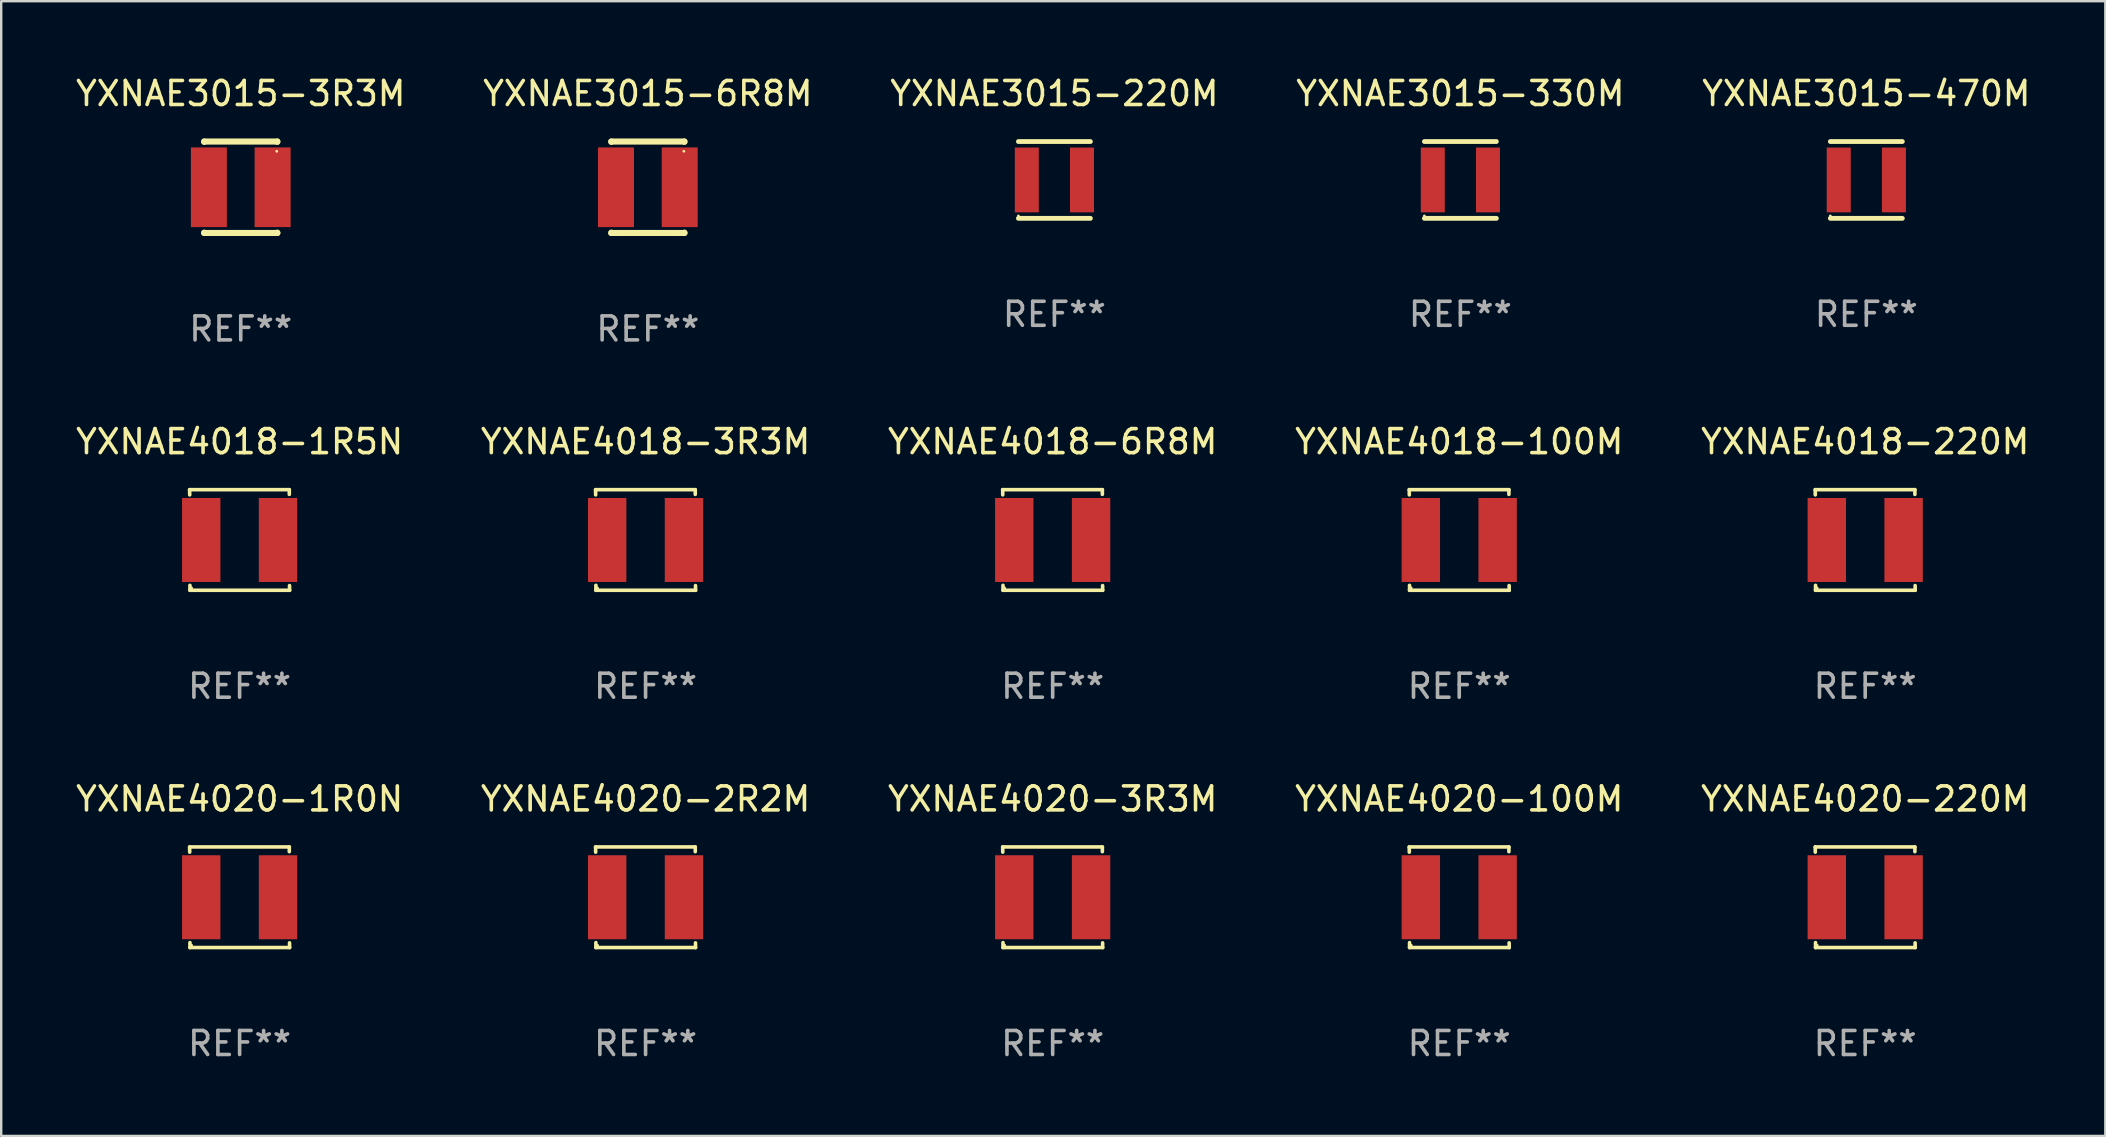
<source format=kicad_pcb>
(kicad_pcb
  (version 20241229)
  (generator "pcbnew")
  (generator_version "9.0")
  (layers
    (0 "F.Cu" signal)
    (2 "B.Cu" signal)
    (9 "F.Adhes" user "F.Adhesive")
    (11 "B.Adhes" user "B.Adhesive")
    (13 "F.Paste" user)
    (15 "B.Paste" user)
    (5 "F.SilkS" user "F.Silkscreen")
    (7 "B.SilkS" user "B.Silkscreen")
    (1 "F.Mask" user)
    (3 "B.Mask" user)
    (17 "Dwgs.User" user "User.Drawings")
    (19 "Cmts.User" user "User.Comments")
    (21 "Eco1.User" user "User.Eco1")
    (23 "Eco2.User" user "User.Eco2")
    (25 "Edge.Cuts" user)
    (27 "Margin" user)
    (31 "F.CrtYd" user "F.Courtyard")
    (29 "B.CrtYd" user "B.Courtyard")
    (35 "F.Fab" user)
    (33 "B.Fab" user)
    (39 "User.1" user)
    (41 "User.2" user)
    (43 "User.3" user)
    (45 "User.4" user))
  (footprint "YXNAE4020-1R0N"
    (layer "F.Cu")
    (at 6.935 34.339)
    (property "Reference" "YXNAE4020-1R0N" (at 0 -4.096 0) (layer "F.SilkS") (effects (font (size 1 1) (thickness 0.15))))
    (attr through_hole)
    (fp_line (start -2.083 -2.096) (end -2.08 -1.88) (stroke (width 0.15) (type solid)) (layer "F.SilkS"))
    (fp_line (start -2.07 1.89) (end -2.07 2.096) (stroke (width 0.15) (type solid)) (layer "F.SilkS"))
    (fp_line (start -2.07 2.096) (end 2.083 2.096) (stroke (width 0.15) (type solid)) (layer "F.SilkS"))
    (fp_line (start 2.07 -1.9) (end 2.07 -2.096) (stroke (width 0.15) (type solid)) (layer "F.SilkS"))
    (fp_line (start 2.07 -2.096) (end -2.083 -2.096) (stroke (width 0.15) (type solid)) (layer "F.SilkS"))
    (fp_line (start 2.083 2.096) (end 2.08 1.9) (stroke (width 0.15) (type solid)) (layer "F.SilkS"))
    (fp_circle (center -2 2) (end -1.97 2) (stroke (width 0.06) (type solid)) (fill no) (layer "F.SilkS"))
    (fp_text user "REF**" (at 0 6.096 0) (layer "F.Fab") (effects (font (size 1 1) (thickness 0.15))))
    (pad "1" smd rect (at -1.6 -0.000343) (size 1.6 3.5) (layers "F.Cu" "F.Mask" "F.Paste"))
    (pad "2" smd rect (at 1.6 -0.000343) (size 1.6 3.5) (layers "F.Cu" "F.Mask" "F.Paste")))
  (footprint "YXNAE4020-2R2M"
    (layer "F.Cu")
    (at 23.851 34.339)
    (property "Reference" "YXNAE4020-2R2M" (at 0 -4.096 0) (layer "F.SilkS") (effects (font (size 1 1) (thickness 0.15))))
    (attr through_hole)
    (fp_line (start -2.083 -2.096) (end -2.08 -1.88) (stroke (width 0.15) (type solid)) (layer "F.SilkS"))
    (fp_line (start -2.07 1.89) (end -2.07 2.096) (stroke (width 0.15) (type solid)) (layer "F.SilkS"))
    (fp_line (start -2.07 2.096) (end 2.083 2.096) (stroke (width 0.15) (type solid)) (layer "F.SilkS"))
    (fp_line (start 2.07 -1.9) (end 2.07 -2.096) (stroke (width 0.15) (type solid)) (layer "F.SilkS"))
    (fp_line (start 2.07 -2.096) (end -2.083 -2.096) (stroke (width 0.15) (type solid)) (layer "F.SilkS"))
    (fp_line (start 2.083 2.096) (end 2.08 1.9) (stroke (width 0.15) (type solid)) (layer "F.SilkS"))
    (fp_circle (center -2 2) (end -1.97 2) (stroke (width 0.06) (type solid)) (fill no) (layer "F.SilkS"))
    (fp_text user "REF**" (at 0 6.096 0) (layer "F.Fab") (effects (font (size 1 1) (thickness 0.15))))
    (pad "1" smd rect (at -1.6 -0.000343) (size 1.6 3.5) (layers "F.Cu" "F.Mask" "F.Paste"))
    (pad "2" smd rect (at 1.6 -0.000343) (size 1.6 3.5) (layers "F.Cu" "F.Mask" "F.Paste")))
  (footprint "YXNAE3015-3R3M"
    (layer "F.Cu")
    (at 6.982 4.753)
    (property "Reference" "YXNAE3015-3R3M" (at 0 -3.905 0) (layer "F.SilkS") (effects (font (size 1 1) (thickness 0.15))))
    (attr through_hole)
    (fp_line (start -1.524 -1.905) (end 1.524 -1.905) (stroke (width 0.254) (type solid)) (layer "F.SilkS"))
    (fp_line (start -1.524 -1.891) (end -1.524 -1.905) (stroke (width 0.254) (type solid)) (layer "F.SilkS"))
    (fp_line (start -1.524 1.905) (end -1.524 1.891) (stroke (width 0.254) (type solid)) (layer "F.SilkS"))
    (fp_line (start -1.524 1.905) (end 1.524 1.905) (stroke (width 0.254) (type solid)) (layer "F.SilkS"))
    (fp_line (start 1.524 -1.905) (end 1.524 -1.891) (stroke (width 0.254) (type solid)) (layer "F.SilkS"))
    (fp_line (start 1.524 1.891) (end 1.524 1.905) (stroke (width 0.254) (type solid)) (layer "F.SilkS"))
    (fp_circle (center 1.5 -1.5) (end 1.53 -1.5) (stroke (width 0.06) (type solid)) (fill no) (layer "F.SilkS"))
    (fp_text user "REF**" (at 0 5.905 0) (layer "F.Fab") (effects (font (size 1 1) (thickness 0.15))))
    (pad "1" smd rect (at 1.328 0) (size 1.5 3.32) (layers "F.Cu" "F.Mask" "F.Paste"))
    (pad "2" smd rect (at -1.328 0) (size 1.5 3.32) (layers "F.Cu" "F.Mask" "F.Paste")))
  (footprint "YXNAE4020-220M"
    (layer "F.Cu")
    (at 74.673 34.339)
    (property "Reference" "YXNAE4020-220M" (at 0 -4.096 0) (layer "F.SilkS") (effects (font (size 1 1) (thickness 0.15))))
    (attr through_hole)
    (fp_line (start -2.083 -2.096) (end -2.08 -1.88) (stroke (width 0.15) (type solid)) (layer "F.SilkS"))
    (fp_line (start -2.07 1.89) (end -2.07 2.096) (stroke (width 0.15) (type solid)) (layer "F.SilkS"))
    (fp_line (start -2.07 2.096) (end 2.083 2.096) (stroke (width 0.15) (type solid)) (layer "F.SilkS"))
    (fp_line (start 2.07 -1.9) (end 2.07 -2.096) (stroke (width 0.15) (type solid)) (layer "F.SilkS"))
    (fp_line (start 2.07 -2.096) (end -2.083 -2.096) (stroke (width 0.15) (type solid)) (layer "F.SilkS"))
    (fp_line (start 2.083 2.096) (end 2.08 1.9) (stroke (width 0.15) (type solid)) (layer "F.SilkS"))
    (fp_circle (center -2 2) (end -1.97 2) (stroke (width 0.06) (type solid)) (fill no) (layer "F.SilkS"))
    (fp_text user "REF**" (at 0 6.096 0) (layer "F.Fab") (effects (font (size 1 1) (thickness 0.15))))
    (pad "1" smd rect (at -1.6 -0.000343) (size 1.6 3.5) (layers "F.Cu" "F.Mask" "F.Paste"))
    (pad "2" smd rect (at 1.6 -0.000343) (size 1.6 3.5) (layers "F.Cu" "F.Mask" "F.Paste")))
  (footprint "YXNAE3015-220M"
    (layer "F.Cu")
    (at 40.887 4.448)
    (property "Reference" "YXNAE3015-220M" (at 0 -3.6 0) (layer "F.SilkS") (effects (font (size 1 1) (thickness 0.15))))
    (attr through_hole)
    (fp_line (start -1.5 -1.6) (end 1.5 -1.6) (stroke (width 0.2) (type solid)) (layer "F.SilkS"))
    (fp_line (start -1.5 1.6) (end 1.5 1.6) (stroke (width 0.2) (type solid)) (layer "F.SilkS"))
    (fp_circle (center -1.5 1.5) (end -1.47 1.5) (stroke (width 0.06) (type solid)) (fill no) (layer "F.SilkS"))
    (fp_text user "REF**" (at 0 5.6 0) (layer "F.Fab") (effects (font (size 1 1) (thickness 0.15))))
    (pad "1" smd rect (at -1.15 0) (size 1 2.7) (layers "F.Cu" "F.Mask" "F.Paste"))
    (pad "2" smd rect (at 1.15 0) (size 1 2.7) (layers "F.Cu" "F.Mask" "F.Paste")))
  (footprint "YXNAE4018-6R8M"
    (layer "F.Cu")
    (at 40.815 19.451)
    (property "Reference" "YXNAE4018-6R8M" (at 0 -4.096 0) (layer "F.SilkS") (effects (font (size 1 1) (thickness 0.15))))
    (attr through_hole)
    (fp_line (start -2.083 -2.096) (end -2.08 -1.88) (stroke (width 0.15) (type solid)) (layer "F.SilkS"))
    (fp_line (start -2.07 1.89) (end -2.07 2.096) (stroke (width 0.15) (type solid)) (layer "F.SilkS"))
    (fp_line (start -2.07 2.096) (end 2.083 2.096) (stroke (width 0.15) (type solid)) (layer "F.SilkS"))
    (fp_line (start 2.07 -1.9) (end 2.07 -2.096) (stroke (width 0.15) (type solid)) (layer "F.SilkS"))
    (fp_line (start 2.07 -2.096) (end -2.083 -2.096) (stroke (width 0.15) (type solid)) (layer "F.SilkS"))
    (fp_line (start 2.083 2.096) (end 2.08 1.9) (stroke (width 0.15) (type solid)) (layer "F.SilkS"))
    (fp_circle (center -2 2) (end -1.97 2) (stroke (width 0.06) (type solid)) (fill no) (layer "F.SilkS"))
    (fp_text user "REF**" (at 0 6.096 0) (layer "F.Fab") (effects (font (size 1 1) (thickness 0.15))))
    (pad "1" smd rect (at -1.6 -0.000343) (size 1.6 3.5) (layers "F.Cu" "F.Mask" "F.Paste"))
    (pad "2" smd rect (at 1.6 -0.000343) (size 1.6 3.5) (layers "F.Cu" "F.Mask" "F.Paste")))
  (footprint "YXNAE4018-100M"
    (layer "F.Cu")
    (at 57.756 19.451)
    (property "Reference" "YXNAE4018-100M" (at 0 -4.096 0) (layer "F.SilkS") (effects (font (size 1 1) (thickness 0.15))))
    (attr through_hole)
    (fp_line (start -2.083 -2.096) (end -2.08 -1.88) (stroke (width 0.15) (type solid)) (layer "F.SilkS"))
    (fp_line (start -2.07 1.89) (end -2.07 2.096) (stroke (width 0.15) (type solid)) (layer "F.SilkS"))
    (fp_line (start -2.07 2.096) (end 2.083 2.096) (stroke (width 0.15) (type solid)) (layer "F.SilkS"))
    (fp_line (start 2.07 -1.9) (end 2.07 -2.096) (stroke (width 0.15) (type solid)) (layer "F.SilkS"))
    (fp_line (start 2.07 -2.096) (end -2.083 -2.096) (stroke (width 0.15) (type solid)) (layer "F.SilkS"))
    (fp_line (start 2.083 2.096) (end 2.08 1.9) (stroke (width 0.15) (type solid)) (layer "F.SilkS"))
    (fp_circle (center -2 2) (end -1.97 2) (stroke (width 0.06) (type solid)) (fill no) (layer "F.SilkS"))
    (fp_text user "REF**" (at 0 6.096 0) (layer "F.Fab") (effects (font (size 1 1) (thickness 0.15))))
    (pad "1" smd rect (at -1.6 -0.000343) (size 1.6 3.5) (layers "F.Cu" "F.Mask" "F.Paste"))
    (pad "2" smd rect (at 1.6 -0.000343) (size 1.6 3.5) (layers "F.Cu" "F.Mask" "F.Paste")))
  (footprint "YXNAE3015-330M"
    (layer "F.Cu")
    (at 57.804 4.448)
    (property "Reference" "YXNAE3015-330M" (at 0 -3.6 0) (layer "F.SilkS") (effects (font (size 1 1) (thickness 0.15))))
    (attr through_hole)
    (fp_line (start -1.5 -1.6) (end 1.5 -1.6) (stroke (width 0.2) (type solid)) (layer "F.SilkS"))
    (fp_line (start -1.5 1.6) (end 1.5 1.6) (stroke (width 0.2) (type solid)) (layer "F.SilkS"))
    (fp_circle (center -1.5 1.5) (end -1.47 1.5) (stroke (width 0.06) (type solid)) (fill no) (layer "F.SilkS"))
    (fp_text user "REF**" (at 0 5.6 0) (layer "F.Fab") (effects (font (size 1 1) (thickness 0.15))))
    (pad "1" smd rect (at -1.15 0) (size 1 2.7) (layers "F.Cu" "F.Mask" "F.Paste"))
    (pad "2" smd rect (at 1.15 0) (size 1 2.7) (layers "F.Cu" "F.Mask" "F.Paste")))
  (footprint "YXNAE4020-3R3M"
    (layer "F.Cu")
    (at 40.815 34.339)
    (property "Reference" "YXNAE4020-3R3M" (at 0 -4.096 0) (layer "F.SilkS") (effects (font (size 1 1) (thickness 0.15))))
    (attr through_hole)
    (fp_line (start -2.083 -2.096) (end -2.08 -1.88) (stroke (width 0.15) (type solid)) (layer "F.SilkS"))
    (fp_line (start -2.07 1.89) (end -2.07 2.096) (stroke (width 0.15) (type solid)) (layer "F.SilkS"))
    (fp_line (start -2.07 2.096) (end 2.083 2.096) (stroke (width 0.15) (type solid)) (layer "F.SilkS"))
    (fp_line (start 2.07 -1.9) (end 2.07 -2.096) (stroke (width 0.15) (type solid)) (layer "F.SilkS"))
    (fp_line (start 2.07 -2.096) (end -2.083 -2.096) (stroke (width 0.15) (type solid)) (layer "F.SilkS"))
    (fp_line (start 2.083 2.096) (end 2.08 1.9) (stroke (width 0.15) (type solid)) (layer "F.SilkS"))
    (fp_circle (center -2 2) (end -1.97 2) (stroke (width 0.06) (type solid)) (fill no) (layer "F.SilkS"))
    (fp_text user "REF**" (at 0 6.096 0) (layer "F.Fab") (effects (font (size 1 1) (thickness 0.15))))
    (pad "1" smd rect (at -1.6 -0.000343) (size 1.6 3.5) (layers "F.Cu" "F.Mask" "F.Paste"))
    (pad "2" smd rect (at 1.6 -0.000343) (size 1.6 3.5) (layers "F.Cu" "F.Mask" "F.Paste")))
  (footprint "YXNAE4018-1R5N"
    (layer "F.Cu")
    (at 6.935 19.451)
    (property "Reference" "YXNAE4018-1R5N" (at 0 -4.096 0) (layer "F.SilkS") (effects (font (size 1 1) (thickness 0.15))))
    (attr through_hole)
    (fp_line (start -2.083 -2.096) (end -2.08 -1.88) (stroke (width 0.15) (type solid)) (layer "F.SilkS"))
    (fp_line (start -2.07 1.89) (end -2.07 2.096) (stroke (width 0.15) (type solid)) (layer "F.SilkS"))
    (fp_line (start -2.07 2.096) (end 2.083 2.096) (stroke (width 0.15) (type solid)) (layer "F.SilkS"))
    (fp_line (start 2.07 -1.9) (end 2.07 -2.096) (stroke (width 0.15) (type solid)) (layer "F.SilkS"))
    (fp_line (start 2.07 -2.096) (end -2.083 -2.096) (stroke (width 0.15) (type solid)) (layer "F.SilkS"))
    (fp_line (start 2.083 2.096) (end 2.08 1.9) (stroke (width 0.15) (type solid)) (layer "F.SilkS"))
    (fp_circle (center -2 2) (end -1.97 2) (stroke (width 0.06) (type solid)) (fill no) (layer "F.SilkS"))
    (fp_text user "REF**" (at 0 6.096 0) (layer "F.Fab") (effects (font (size 1 1) (thickness 0.15))))
    (pad "1" smd rect (at -1.6 -0.000343) (size 1.6 3.5) (layers "F.Cu" "F.Mask" "F.Paste"))
    (pad "2" smd rect (at 1.6 -0.000343) (size 1.6 3.5) (layers "F.Cu" "F.Mask" "F.Paste")))
  (footprint "YXNAE4018-3R3M"
    (layer "F.Cu")
    (at 23.851 19.451)
    (property "Reference" "YXNAE4018-3R3M" (at 0 -4.096 0) (layer "F.SilkS") (effects (font (size 1 1) (thickness 0.15))))
    (attr through_hole)
    (fp_line (start -2.083 -2.096) (end -2.08 -1.88) (stroke (width 0.15) (type solid)) (layer "F.SilkS"))
    (fp_line (start -2.07 1.89) (end -2.07 2.096) (stroke (width 0.15) (type solid)) (layer "F.SilkS"))
    (fp_line (start -2.07 2.096) (end 2.083 2.096) (stroke (width 0.15) (type solid)) (layer "F.SilkS"))
    (fp_line (start 2.07 -1.9) (end 2.07 -2.096) (stroke (width 0.15) (type solid)) (layer "F.SilkS"))
    (fp_line (start 2.07 -2.096) (end -2.083 -2.096) (stroke (width 0.15) (type solid)) (layer "F.SilkS"))
    (fp_line (start 2.083 2.096) (end 2.08 1.9) (stroke (width 0.15) (type solid)) (layer "F.SilkS"))
    (fp_circle (center -2 2) (end -1.97 2) (stroke (width 0.06) (type solid)) (fill no) (layer "F.SilkS"))
    (fp_text user "REF**" (at 0 6.096 0) (layer "F.Fab") (effects (font (size 1 1) (thickness 0.15))))
    (pad "1" smd rect (at -1.6 -0.000343) (size 1.6 3.5) (layers "F.Cu" "F.Mask" "F.Paste"))
    (pad "2" smd rect (at 1.6 -0.000343) (size 1.6 3.5) (layers "F.Cu" "F.Mask" "F.Paste")))
  (footprint "YXNAE4020-100M"
    (layer "F.Cu")
    (at 57.756 34.339)
    (property "Reference" "YXNAE4020-100M" (at 0 -4.096 0) (layer "F.SilkS") (effects (font (size 1 1) (thickness 0.15))))
    (attr through_hole)
    (fp_line (start -2.083 -2.096) (end -2.08 -1.88) (stroke (width 0.15) (type solid)) (layer "F.SilkS"))
    (fp_line (start -2.07 1.89) (end -2.07 2.096) (stroke (width 0.15) (type solid)) (layer "F.SilkS"))
    (fp_line (start -2.07 2.096) (end 2.083 2.096) (stroke (width 0.15) (type solid)) (layer "F.SilkS"))
    (fp_line (start 2.07 -1.9) (end 2.07 -2.096) (stroke (width 0.15) (type solid)) (layer "F.SilkS"))
    (fp_line (start 2.07 -2.096) (end -2.083 -2.096) (stroke (width 0.15) (type solid)) (layer "F.SilkS"))
    (fp_line (start 2.083 2.096) (end 2.08 1.9) (stroke (width 0.15) (type solid)) (layer "F.SilkS"))
    (fp_circle (center -2 2) (end -1.97 2) (stroke (width 0.06) (type solid)) (fill no) (layer "F.SilkS"))
    (fp_text user "REF**" (at 0 6.096 0) (layer "F.Fab") (effects (font (size 1 1) (thickness 0.15))))
    (pad "1" smd rect (at -1.6 -0.000343) (size 1.6 3.5) (layers "F.Cu" "F.Mask" "F.Paste"))
    (pad "2" smd rect (at 1.6 -0.000343) (size 1.6 3.5) (layers "F.Cu" "F.Mask" "F.Paste")))
  (footprint "YXNAE3015-6R8M"
    (layer "F.Cu")
    (at 23.946 4.753)
    (property "Reference" "YXNAE3015-6R8M" (at 0 -3.905 0) (layer "F.SilkS") (effects (font (size 1 1) (thickness 0.15))))
    (attr through_hole)
    (fp_line (start -1.524 -1.905) (end 1.524 -1.905) (stroke (width 0.254) (type solid)) (layer "F.SilkS"))
    (fp_line (start -1.524 -1.891) (end -1.524 -1.905) (stroke (width 0.254) (type solid)) (layer "F.SilkS"))
    (fp_line (start -1.524 1.905) (end -1.524 1.891) (stroke (width 0.254) (type solid)) (layer "F.SilkS"))
    (fp_line (start -1.524 1.905) (end 1.524 1.905) (stroke (width 0.254) (type solid)) (layer "F.SilkS"))
    (fp_line (start 1.524 -1.905) (end 1.524 -1.891) (stroke (width 0.254) (type solid)) (layer "F.SilkS"))
    (fp_line (start 1.524 1.891) (end 1.524 1.905) (stroke (width 0.254) (type solid)) (layer "F.SilkS"))
    (fp_circle (center 1.5 -1.5) (end 1.53 -1.5) (stroke (width 0.06) (type solid)) (fill no) (layer "F.SilkS"))
    (fp_text user "REF**" (at 0 5.905 0) (layer "F.Fab") (effects (font (size 1 1) (thickness 0.15))))
    (pad "1" smd rect (at 1.328 0) (size 1.5 3.32) (layers "F.Cu" "F.Mask" "F.Paste"))
    (pad "2" smd rect (at -1.328 0) (size 1.5 3.32) (layers "F.Cu" "F.Mask" "F.Paste")))
  (footprint "YXNAE4018-220M"
    (layer "F.Cu")
    (at 74.673 19.451)
    (property "Reference" "YXNAE4018-220M" (at 0 -4.096 0) (layer "F.SilkS") (effects (font (size 1 1) (thickness 0.15))))
    (attr through_hole)
    (fp_line (start -2.083 -2.096) (end -2.08 -1.88) (stroke (width 0.15) (type solid)) (layer "F.SilkS"))
    (fp_line (start -2.07 1.89) (end -2.07 2.096) (stroke (width 0.15) (type solid)) (layer "F.SilkS"))
    (fp_line (start -2.07 2.096) (end 2.083 2.096) (stroke (width 0.15) (type solid)) (layer "F.SilkS"))
    (fp_line (start 2.07 -1.9) (end 2.07 -2.096) (stroke (width 0.15) (type solid)) (layer "F.SilkS"))
    (fp_line (start 2.07 -2.096) (end -2.083 -2.096) (stroke (width 0.15) (type solid)) (layer "F.SilkS"))
    (fp_line (start 2.083 2.096) (end 2.08 1.9) (stroke (width 0.15) (type solid)) (layer "F.SilkS"))
    (fp_circle (center -2 2) (end -1.97 2) (stroke (width 0.06) (type solid)) (fill no) (layer "F.SilkS"))
    (fp_text user "REF**" (at 0 6.096 0) (layer "F.Fab") (effects (font (size 1 1) (thickness 0.15))))
    (pad "1" smd rect (at -1.6 -0.000343) (size 1.6 3.5) (layers "F.Cu" "F.Mask" "F.Paste"))
    (pad "2" smd rect (at 1.6 -0.000343) (size 1.6 3.5) (layers "F.Cu" "F.Mask" "F.Paste")))
  (footprint "YXNAE3015-470M"
    (layer "F.Cu")
    (at 74.72 4.448)
    (property "Reference" "YXNAE3015-470M" (at 0 -3.6 0) (layer "F.SilkS") (effects (font (size 1 1) (thickness 0.15))))
    (attr through_hole)
    (fp_line (start -1.5 -1.6) (end 1.5 -1.6) (stroke (width 0.2) (type solid)) (layer "F.SilkS"))
    (fp_line (start -1.5 1.6) (end 1.5 1.6) (stroke (width 0.2) (type solid)) (layer "F.SilkS"))
    (fp_circle (center -1.5 1.5) (end -1.47 1.5) (stroke (width 0.06) (type solid)) (fill no) (layer "F.SilkS"))
    (fp_text user "REF**" (at 0 5.6 0) (layer "F.Fab") (effects (font (size 1 1) (thickness 0.15))))
    (pad "1" smd rect (at -1.15 0) (size 1 2.7) (layers "F.Cu" "F.Mask" "F.Paste"))
    (pad "2" smd rect (at 1.15 0) (size 1 2.7) (layers "F.Cu" "F.Mask" "F.Paste")))
  (gr_rect
    (start -3 -3)
    (end 84.679 44.283)
    (stroke (width 0.1) (type default))
    (fill no)
    (layer "Edge.Cuts")))
</source>
